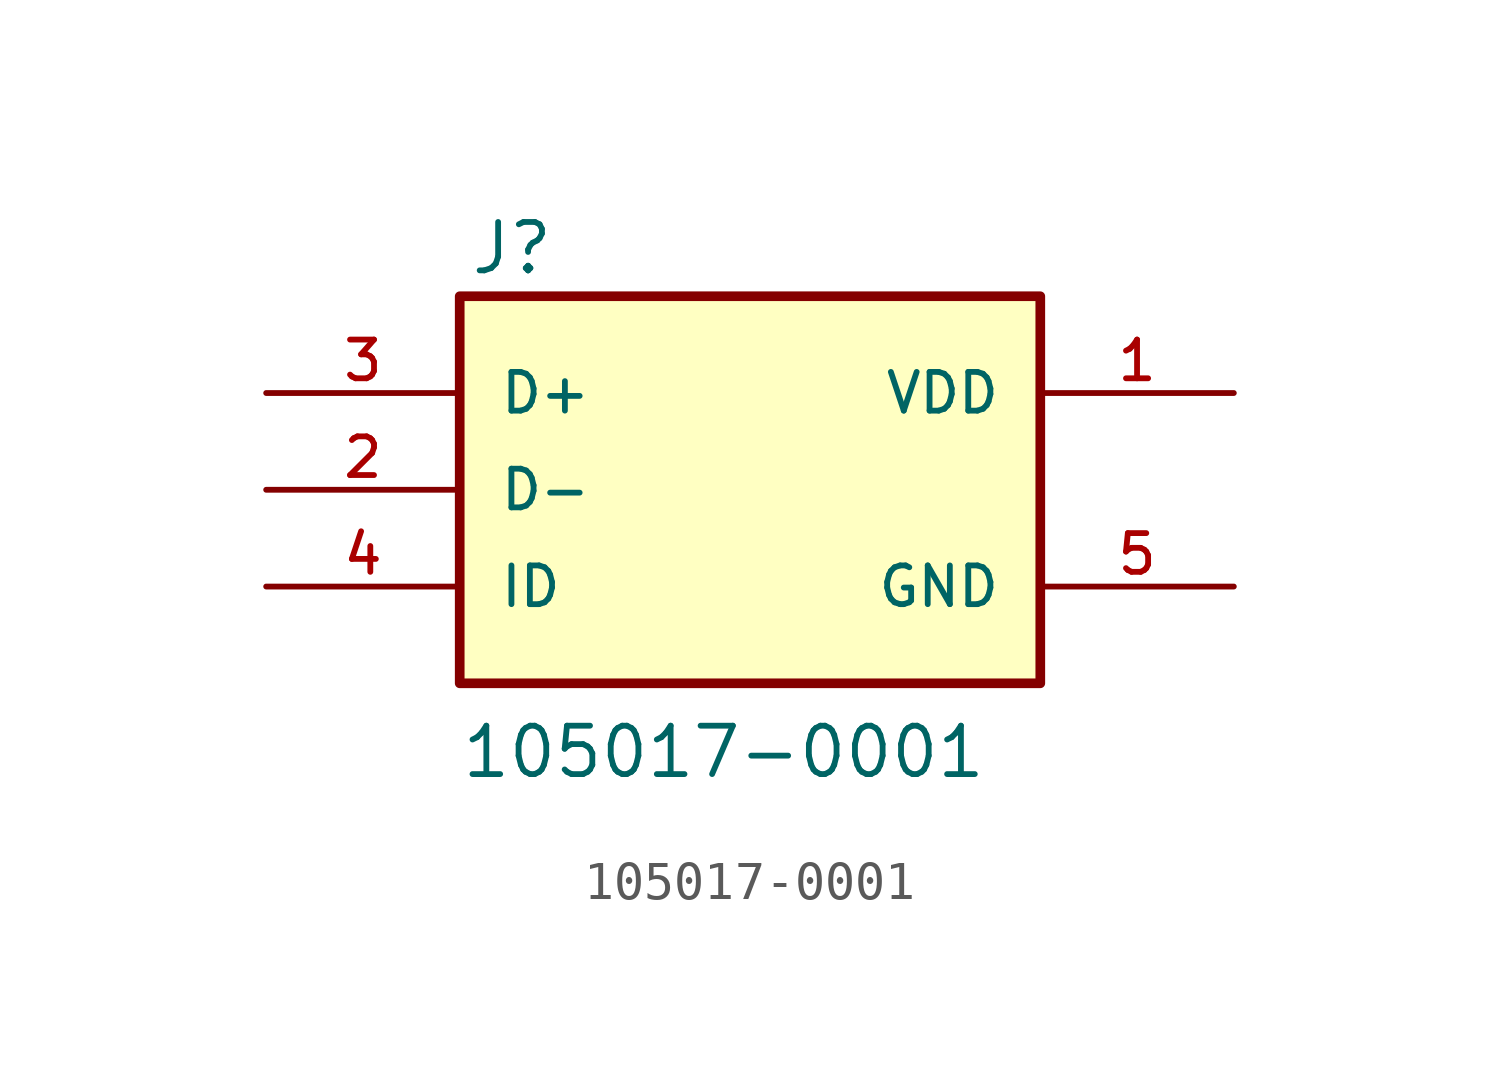
<source format=kicad_sym>
(kicad_symbol_lib
  (version 20211014)
  (generator kicad_symbol_editor)
  (symbol "105017-0001"
    (pin_names
      (offset 1.016))
    (property "Reference" "J"
      (at -7.377 5.596 0)
      (effects (font (size 1.27 1.27)) (justify bottom left)))
    (property "Value" "105017-0001"
      (at -7.626 -7.626 0)
      (effects (font (size 1.27 1.27)) (justify bottom left)))
    (symbol "105017-0001_0_0"
      (rectangle (start -7.62 -5.08) (end 7.62 5.08) (stroke (width 0.254)) (fill (type background)))
      (pin bidirectional line (at -12.7 2.54 0) (length 5.08) (name "D+" (effects (font (size 1.016 1.016)))) (number "3" (effects (font (size 1.016 1.016)))))
      (pin bidirectional line (at -12.7 0.0 0) (length 5.08) (name "D-" (effects (font (size 1.016 1.016)))) (number "2" (effects (font (size 1.016 1.016)))))
      (pin passive line (at -12.7 -2.54 0) (length 5.08) (name "ID" (effects (font (size 1.016 1.016)))) (number "4" (effects (font (size 1.016 1.016)))))
      (pin power_in line (at 12.7 -2.54 180.0) (length 5.08) (name "GND" (effects (font (size 1.016 1.016)))) (number "5" (effects (font (size 1.016 1.016)))))
      (pin power_in line (at 12.7 2.54 180.0) (length 5.08) (name "VDD" (effects (font (size 1.016 1.016)))) (number "1" (effects (font (size 1.016 1.016))))))))
</source>
